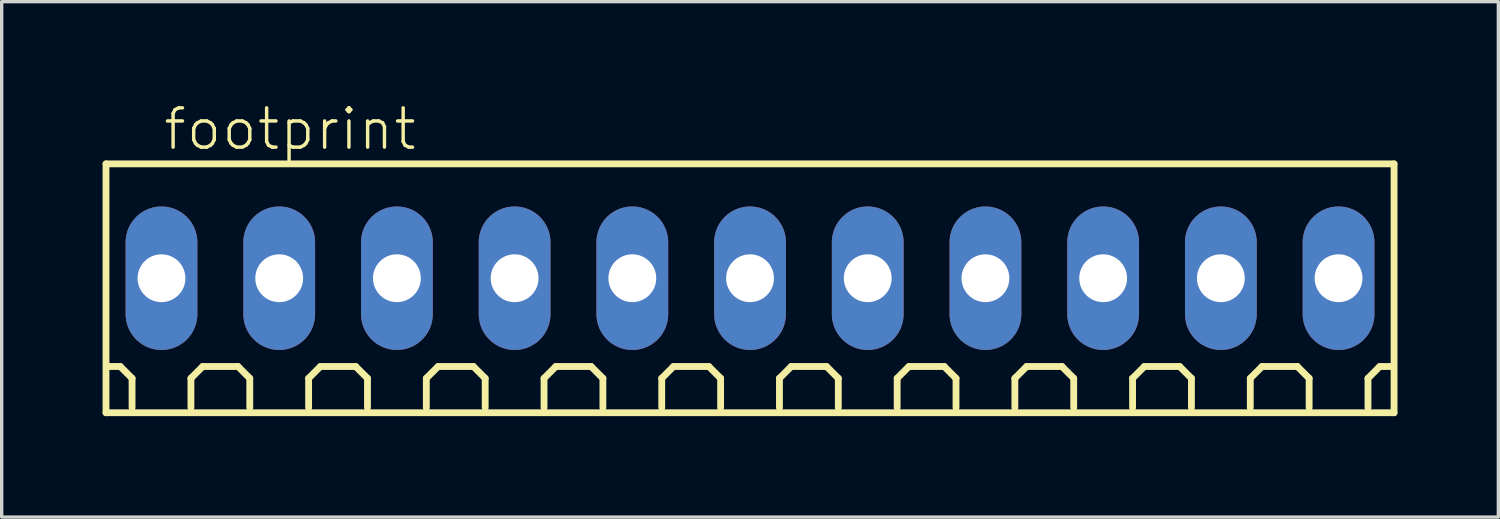
<source format=kicad_pcb>
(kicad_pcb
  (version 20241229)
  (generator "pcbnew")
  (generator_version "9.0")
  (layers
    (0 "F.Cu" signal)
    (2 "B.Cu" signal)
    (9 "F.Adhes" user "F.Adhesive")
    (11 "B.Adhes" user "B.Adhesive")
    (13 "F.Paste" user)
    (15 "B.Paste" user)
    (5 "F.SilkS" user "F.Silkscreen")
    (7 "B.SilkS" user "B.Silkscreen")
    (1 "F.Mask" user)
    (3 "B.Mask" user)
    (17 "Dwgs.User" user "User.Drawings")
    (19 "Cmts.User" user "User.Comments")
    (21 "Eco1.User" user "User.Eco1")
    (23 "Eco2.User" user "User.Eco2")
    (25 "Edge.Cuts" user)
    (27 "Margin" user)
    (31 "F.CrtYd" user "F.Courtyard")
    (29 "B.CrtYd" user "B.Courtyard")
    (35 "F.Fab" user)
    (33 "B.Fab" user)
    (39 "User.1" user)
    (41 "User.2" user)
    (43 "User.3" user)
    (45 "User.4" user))
  (footprint "footprint"
    (layer "F.Cu")
    (at 19.252 5.223)
    (property "Reference" "footprint" (at -17.5 -3.75 0) (layer "F.SilkS") (effects (font (size 1.168 1.168) (thickness 0.102)) (justify left bottom)))
    (fp_line (start -19.15 -3.4) (end 19.15 -3.4) (stroke (width 0.203) (type solid)) (layer "F.SilkS"))
    (fp_line (start -19.15 4) (end -19.15 -3.4) (stroke (width 0.203) (type solid)) (layer "F.SilkS"))
    (fp_line (start -18.725 2.625) (end -19.075 2.625) (stroke (width 0.203) (type solid)) (layer "F.SilkS"))
    (fp_line (start -18.375 2.975) (end -18.725 2.625) (stroke (width 0.203) (type solid)) (layer "F.SilkS"))
    (fp_line (start -18.375 3.85) (end -18.375 2.975) (stroke (width 0.203) (type solid)) (layer "F.SilkS"))
    (fp_line (start -16.625 2.975) (end -16.275 2.625) (stroke (width 0.203) (type solid)) (layer "F.SilkS"))
    (fp_line (start -16.625 3.85) (end -16.625 2.975) (stroke (width 0.203) (type solid)) (layer "F.SilkS"))
    (fp_line (start -16.275 2.625) (end -15.225 2.625) (stroke (width 0.203) (type solid)) (layer "F.SilkS"))
    (fp_line (start -15.225 2.625) (end -14.875 2.975) (stroke (width 0.203) (type solid)) (layer "F.SilkS"))
    (fp_line (start -14.875 2.975) (end -14.875 3.85) (stroke (width 0.203) (type solid)) (layer "F.SilkS"))
    (fp_line (start -13.125 2.975) (end -12.775 2.625) (stroke (width 0.203) (type solid)) (layer "F.SilkS"))
    (fp_line (start -13.125 3.85) (end -13.125 2.975) (stroke (width 0.203) (type solid)) (layer "F.SilkS"))
    (fp_line (start -12.775 2.625) (end -11.725 2.625) (stroke (width 0.203) (type solid)) (layer "F.SilkS"))
    (fp_line (start -11.725 2.625) (end -11.375 2.975) (stroke (width 0.203) (type solid)) (layer "F.SilkS"))
    (fp_line (start -11.375 2.975) (end -11.375 3.85) (stroke (width 0.203) (type solid)) (layer "F.SilkS"))
    (fp_line (start -9.625 2.975) (end -9.275 2.625) (stroke (width 0.203) (type solid)) (layer "F.SilkS"))
    (fp_line (start -9.625 3.85) (end -9.625 2.975) (stroke (width 0.203) (type solid)) (layer "F.SilkS"))
    (fp_line (start -9.275 2.625) (end -8.225 2.625) (stroke (width 0.203) (type solid)) (layer "F.SilkS"))
    (fp_line (start -8.225 2.625) (end -7.875 2.975) (stroke (width 0.203) (type solid)) (layer "F.SilkS"))
    (fp_line (start -7.875 2.975) (end -7.875 3.85) (stroke (width 0.203) (type solid)) (layer "F.SilkS"))
    (fp_line (start -6.125 2.975) (end -5.775 2.625) (stroke (width 0.203) (type solid)) (layer "F.SilkS"))
    (fp_line (start -6.125 3.85) (end -6.125 2.975) (stroke (width 0.203) (type solid)) (layer "F.SilkS"))
    (fp_line (start -5.775 2.625) (end -4.725 2.625) (stroke (width 0.203) (type solid)) (layer "F.SilkS"))
    (fp_line (start -4.725 2.625) (end -4.375 2.975) (stroke (width 0.203) (type solid)) (layer "F.SilkS"))
    (fp_line (start -4.375 2.975) (end -4.375 3.85) (stroke (width 0.203) (type solid)) (layer "F.SilkS"))
    (fp_line (start -2.625 2.975) (end -2.275 2.625) (stroke (width 0.203) (type solid)) (layer "F.SilkS"))
    (fp_line (start -2.625 3.85) (end -2.625 2.975) (stroke (width 0.203) (type solid)) (layer "F.SilkS"))
    (fp_line (start -2.275 2.625) (end -1.225 2.625) (stroke (width 0.203) (type solid)) (layer "F.SilkS"))
    (fp_line (start -1.225 2.625) (end -0.875 2.975) (stroke (width 0.203) (type solid)) (layer "F.SilkS"))
    (fp_line (start -0.875 2.975) (end -0.875 3.85) (stroke (width 0.203) (type solid)) (layer "F.SilkS"))
    (fp_line (start 0.875 2.975) (end 1.225 2.625) (stroke (width 0.203) (type solid)) (layer "F.SilkS"))
    (fp_line (start 0.875 3.85) (end 0.875 2.975) (stroke (width 0.203) (type solid)) (layer "F.SilkS"))
    (fp_line (start 1.225 2.625) (end 2.275 2.625) (stroke (width 0.203) (type solid)) (layer "F.SilkS"))
    (fp_line (start 2.275 2.625) (end 2.625 2.975) (stroke (width 0.203) (type solid)) (layer "F.SilkS"))
    (fp_line (start 2.625 2.975) (end 2.625 3.85) (stroke (width 0.203) (type solid)) (layer "F.SilkS"))
    (fp_line (start 4.375 2.975) (end 4.725 2.625) (stroke (width 0.203) (type solid)) (layer "F.SilkS"))
    (fp_line (start 4.375 3.85) (end 4.375 2.975) (stroke (width 0.203) (type solid)) (layer "F.SilkS"))
    (fp_line (start 4.725 2.625) (end 5.775 2.625) (stroke (width 0.203) (type solid)) (layer "F.SilkS"))
    (fp_line (start 5.775 2.625) (end 6.125 2.975) (stroke (width 0.203) (type solid)) (layer "F.SilkS"))
    (fp_line (start 6.125 2.975) (end 6.125 3.85) (stroke (width 0.203) (type solid)) (layer "F.SilkS"))
    (fp_line (start 7.875 2.975) (end 8.225 2.625) (stroke (width 0.203) (type solid)) (layer "F.SilkS"))
    (fp_line (start 7.875 3.85) (end 7.875 2.975) (stroke (width 0.203) (type solid)) (layer "F.SilkS"))
    (fp_line (start 8.225 2.625) (end 9.275 2.625) (stroke (width 0.203) (type solid)) (layer "F.SilkS"))
    (fp_line (start 9.275 2.625) (end 9.625 2.975) (stroke (width 0.203) (type solid)) (layer "F.SilkS"))
    (fp_line (start 9.625 2.975) (end 9.625 3.85) (stroke (width 0.203) (type solid)) (layer "F.SilkS"))
    (fp_line (start 11.375 2.975) (end 11.725 2.625) (stroke (width 0.203) (type solid)) (layer "F.SilkS"))
    (fp_line (start 11.375 3.85) (end 11.375 2.975) (stroke (width 0.203) (type solid)) (layer "F.SilkS"))
    (fp_line (start 11.725 2.625) (end 12.775 2.625) (stroke (width 0.203) (type solid)) (layer "F.SilkS"))
    (fp_line (start 12.775 2.625) (end 13.125 2.975) (stroke (width 0.203) (type solid)) (layer "F.SilkS"))
    (fp_line (start 13.125 2.975) (end 13.125 3.85) (stroke (width 0.203) (type solid)) (layer "F.SilkS"))
    (fp_line (start 14.875 2.975) (end 15.225 2.625) (stroke (width 0.203) (type solid)) (layer "F.SilkS"))
    (fp_line (start 14.875 3.85) (end 14.875 2.975) (stroke (width 0.203) (type solid)) (layer "F.SilkS"))
    (fp_line (start 15.225 2.625) (end 16.275 2.625) (stroke (width 0.203) (type solid)) (layer "F.SilkS"))
    (fp_line (start 16.275 2.625) (end 16.625 2.975) (stroke (width 0.203) (type solid)) (layer "F.SilkS"))
    (fp_line (start 16.625 2.975) (end 16.625 3.85) (stroke (width 0.203) (type solid)) (layer "F.SilkS"))
    (fp_line (start 18.375 2.975) (end 18.725 2.625) (stroke (width 0.203) (type solid)) (layer "F.SilkS"))
    (fp_line (start 18.375 3.85) (end 18.375 2.975) (stroke (width 0.203) (type solid)) (layer "F.SilkS"))
    (fp_line (start 19.075 2.625) (end 18.725 2.625) (stroke (width 0.203) (type solid)) (layer "F.SilkS"))
    (fp_line (start 19.15 -3.4) (end 19.15 4) (stroke (width 0.203) (type solid)) (layer "F.SilkS"))
    (fp_line (start 19.15 4) (end -19.15 4) (stroke (width 0.203) (type solid)) (layer "F.SilkS"))
    (pad "1" thru_hole oval (at -17.5 0 90) (size 4.267 2.134) (drill 1.422) (layers "*.Cu" "*.Mask"))
    (pad "2" thru_hole oval (at -14 0 90) (size 4.267 2.134) (drill 1.422) (layers "*.Cu" "*.Mask"))
    (pad "3" thru_hole oval (at -10.5 0 90) (size 4.267 2.134) (drill 1.422) (layers "*.Cu" "*.Mask"))
    (pad "4" thru_hole oval (at -7 0 90) (size 4.267 2.134) (drill 1.422) (layers "*.Cu" "*.Mask"))
    (pad "5" thru_hole oval (at -3.5 0 90) (size 4.267 2.134) (drill 1.422) (layers "*.Cu" "*.Mask"))
    (pad "6" thru_hole oval (at 0 0 90) (size 4.267 2.134) (drill 1.422) (layers "*.Cu" "*.Mask"))
    (pad "7" thru_hole oval (at 3.5 0 90) (size 4.267 2.134) (drill 1.422) (layers "*.Cu" "*.Mask"))
    (pad "8" thru_hole oval (at 7 0 90) (size 4.267 2.134) (drill 1.422) (layers "*.Cu" "*.Mask"))
    (pad "9" thru_hole oval (at 10.5 0 90) (size 4.267 2.134) (drill 1.422) (layers "*.Cu" "*.Mask"))
    (pad "10" thru_hole oval (at 14 0 90) (size 4.267 2.134) (drill 1.422) (layers "*.Cu" "*.Mask"))
    (pad "11" thru_hole oval (at 17.5 0 90) (size 4.267 2.134) (drill 1.422) (layers "*.Cu" "*.Mask")))
  (gr_rect
    (start -3 -3)
    (end 41.503 12.325)
    (stroke (width 0.1) (type default))
    (fill no)
    (layer "Edge.Cuts")))
</source>
